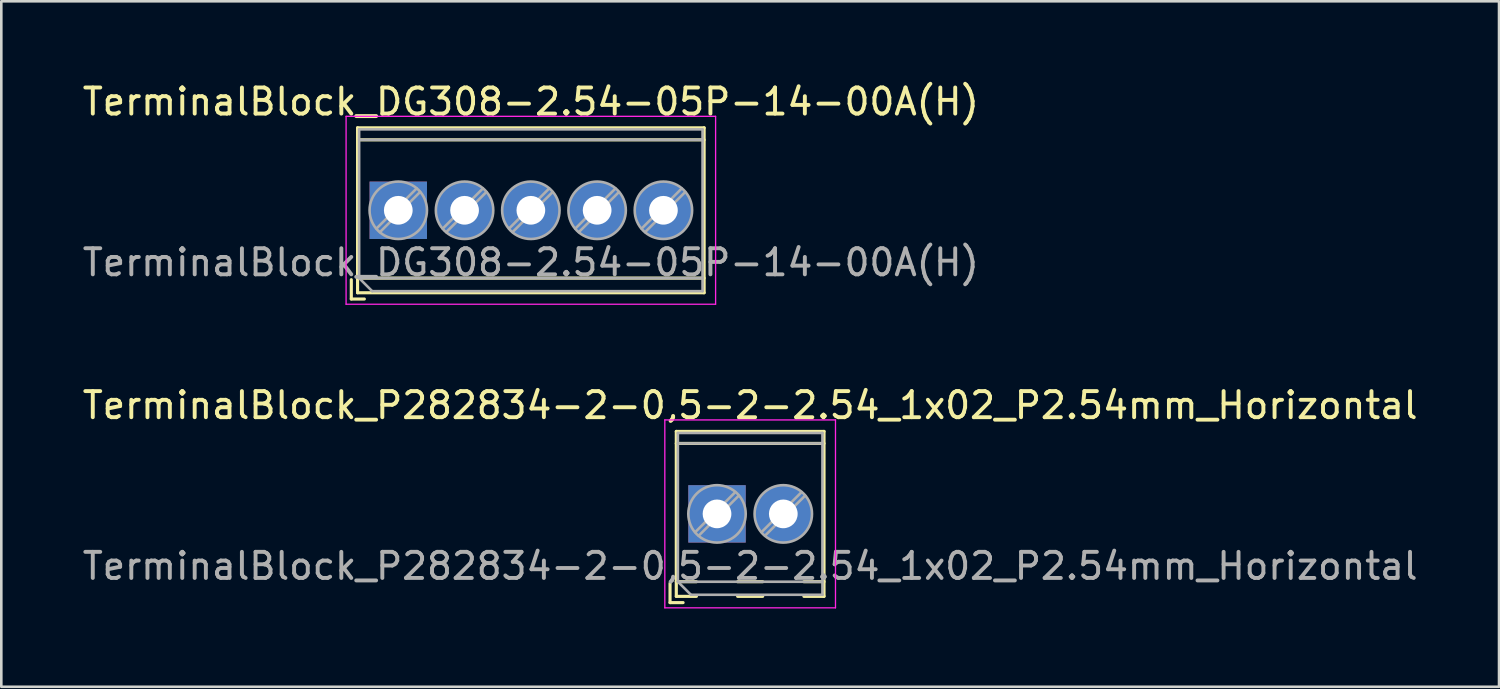
<source format=kicad_pcb>
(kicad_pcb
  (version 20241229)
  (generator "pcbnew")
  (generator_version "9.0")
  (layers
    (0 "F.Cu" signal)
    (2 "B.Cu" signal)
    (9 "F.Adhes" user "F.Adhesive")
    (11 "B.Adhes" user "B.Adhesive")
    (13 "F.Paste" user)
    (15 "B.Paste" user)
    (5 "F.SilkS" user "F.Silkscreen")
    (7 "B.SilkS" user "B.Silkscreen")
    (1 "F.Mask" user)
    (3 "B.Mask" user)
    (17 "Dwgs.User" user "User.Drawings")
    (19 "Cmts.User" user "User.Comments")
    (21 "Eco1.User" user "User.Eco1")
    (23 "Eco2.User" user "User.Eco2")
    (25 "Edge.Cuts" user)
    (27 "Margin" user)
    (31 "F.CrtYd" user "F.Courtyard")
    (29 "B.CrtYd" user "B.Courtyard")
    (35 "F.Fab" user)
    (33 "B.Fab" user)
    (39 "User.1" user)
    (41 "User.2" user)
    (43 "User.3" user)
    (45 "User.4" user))
  (footprint "TerminalBlock_P282834-2-0,5-2-2.54_1x02_P2.54mm_Horizontal"
    (layer "F.Cu")
    (at 24.426 16.642)
    (property "Reference" "TerminalBlock_P282834-2-0,5-2-2.54_1x02_P2.54mm_Horizontal" (at 1.27 -4.16 0) (layer "F.SilkS") (effects (font (size 1 1) (thickness 0.15))))
    (attr through_hole)
    (fp_line (start -1.8 2.66) (end -1.8 3.4) (stroke (width 0.12) (type solid)) (layer "F.SilkS"))
    (fp_line (start -1.8 3.4) (end -1.3 3.4) (stroke (width 0.12) (type solid)) (layer "F.SilkS"))
    (fp_line (start -1.56 -3.16) (end -1.56 3.16) (stroke (width 0.12) (type solid)) (layer "F.SilkS"))
    (fp_line (start -1.56 -3.16) (end 4.1 -3.16) (stroke (width 0.12) (type solid)) (layer "F.SilkS"))
    (fp_line (start -1.56 -2.7) (end 4.1 -2.7) (stroke (width 0.12) (type solid)) (layer "F.SilkS"))
    (fp_line (start -1.56 2.6) (end -0.79 2.6) (stroke (width 0.12) (type solid)) (layer "F.SilkS"))
    (fp_line (start -1.56 3.16) (end -0.79 3.16) (stroke (width 0.12) (type solid)) (layer "F.SilkS"))
    (fp_line (start 0.79 2.6) (end 1.75 2.6) (stroke (width 0.12) (type solid)) (layer "F.SilkS"))
    (fp_line (start 0.79 3.16) (end 1.75 3.16) (stroke (width 0.12) (type solid)) (layer "F.SilkS"))
    (fp_line (start 3.33 2.6) (end 4.1 2.6) (stroke (width 0.12) (type solid)) (layer "F.SilkS"))
    (fp_line (start 3.33 3.16) (end 4.1 3.16) (stroke (width 0.12) (type solid)) (layer "F.SilkS"))
    (fp_line (start 4.1 -3.16) (end 4.1 3.16) (stroke (width 0.12) (type solid)) (layer "F.SilkS"))
    (fp_line (start -2 -3.6) (end -2 3.6) (stroke (width 0.05) (type solid)) (layer "F.CrtYd"))
    (fp_line (start -2 3.6) (end 4.54 3.6) (stroke (width 0.05) (type solid)) (layer "F.CrtYd"))
    (fp_line (start 4.54 -3.6) (end -2 -3.6) (stroke (width 0.05) (type solid)) (layer "F.CrtYd"))
    (fp_line (start 4.54 3.6) (end 4.54 -3.6) (stroke (width 0.05) (type solid)) (layer "F.CrtYd"))
    (fp_line (start -1.5 -3.1) (end 4.04 -3.1) (stroke (width 0.1) (type solid)) (layer "F.Fab"))
    (fp_line (start -1.5 -2.7) (end 4.04 -2.7) (stroke (width 0.1) (type solid)) (layer "F.Fab"))
    (fp_line (start -1.5 2.6) (end -1.5 -3.1) (stroke (width 0.1) (type solid)) (layer "F.Fab"))
    (fp_line (start -1.5 2.6) (end 4.04 2.6) (stroke (width 0.1) (type solid)) (layer "F.Fab"))
    (fp_line (start -1 3.1) (end -1.5 2.6) (stroke (width 0.1) (type solid)) (layer "F.Fab"))
    (fp_line (start 0.701 -0.835) (end -0.835 0.7) (stroke (width 0.1) (type solid)) (layer "F.Fab"))
    (fp_line (start 0.835 -0.7) (end -0.701 0.835) (stroke (width 0.1) (type solid)) (layer "F.Fab"))
    (fp_line (start 3.241 -0.835) (end 1.706 0.7) (stroke (width 0.1) (type solid)) (layer "F.Fab"))
    (fp_line (start 3.375 -0.7) (end 1.84 0.835) (stroke (width 0.1) (type solid)) (layer "F.Fab"))
    (fp_line (start 4.04 -3.1) (end 4.04 3.1) (stroke (width 0.1) (type solid)) (layer "F.Fab"))
    (fp_line (start 4.04 3.1) (end -1 3.1) (stroke (width 0.1) (type solid)) (layer "F.Fab"))
    (fp_circle (center 0 0) (end 1.1 0) (stroke (width 0.1) (type solid)) (fill no) (layer "F.Fab"))
    (fp_circle (center 2.54 0) (end 3.64 0) (stroke (width 0.1) (type solid)) (fill no) (layer "F.Fab"))
    (fp_text user "${REFERENCE}" (at 1.27 2 0) (layer "F.Fab") (effects (font (size 1 1) (thickness 0.15))))
    (pad "1" thru_hole rect (at 0 0) (size 2.2 2.2) (drill 1.1) (layers "*.Cu" "*.Mask"))
    (pad "2" thru_hole circle (at 2.54 0) (size 2.2 2.2) (drill 1.1) (layers "*.Cu" "*.Mask")))
  (footprint "TerminalBlock_DG308-2.54-05P-14-00A(H)"
    (layer "F.Cu")
    (at 12.212 5.008)
    (property "Reference" "TerminalBlock_DG308-2.54-05P-14-00A(H)" (at 5.08 -4.16 0) (layer "F.SilkS") (effects (font (size 1 1) (thickness 0.15))))
    (attr through_hole)
    (fp_line (start -1.8 2.66) (end -1.8 3.4) (stroke (width 0.12) (type solid)) (layer "F.SilkS"))
    (fp_line (start -1.8 3.4) (end -1.3 3.4) (stroke (width 0.12) (type solid)) (layer "F.SilkS"))
    (fp_line (start -1.56 -3.16) (end -1.56 3.16) (stroke (width 0.12) (type solid)) (layer "F.SilkS"))
    (fp_line (start -1.56 -3.16) (end 11.72 -3.16) (stroke (width 0.12) (type solid)) (layer "F.SilkS"))
    (fp_line (start -1.56 -2.7) (end 11.72 -2.7) (stroke (width 0.12) (type solid)) (layer "F.SilkS"))
    (fp_line (start -1.56 2.6) (end 11.72 2.6) (stroke (width 0.12) (type solid)) (layer "F.SilkS"))
    (fp_line (start -1.56 3.16) (end 11.72 3.16) (stroke (width 0.12) (type solid)) (layer "F.SilkS"))
    (fp_line (start 11.72 -3.16) (end 11.72 3.16) (stroke (width 0.12) (type solid)) (layer "F.SilkS"))
    (fp_line (start -2 -3.6) (end -2 3.6) (stroke (width 0.05) (type solid)) (layer "F.CrtYd"))
    (fp_line (start -2 3.6) (end 12.16 3.6) (stroke (width 0.05) (type solid)) (layer "F.CrtYd"))
    (fp_line (start 12.16 -3.6) (end -2 -3.6) (stroke (width 0.05) (type solid)) (layer "F.CrtYd"))
    (fp_line (start 12.16 3.6) (end 12.16 -3.6) (stroke (width 0.05) (type solid)) (layer "F.CrtYd"))
    (fp_line (start -1.5 -3.1) (end 11.66 -3.1) (stroke (width 0.1) (type solid)) (layer "F.Fab"))
    (fp_line (start -1.5 -2.7) (end 11.66 -2.7) (stroke (width 0.1) (type solid)) (layer "F.Fab"))
    (fp_line (start -1.5 2.6) (end -1.5 -3.1) (stroke (width 0.1) (type solid)) (layer "F.Fab"))
    (fp_line (start -1.5 2.6) (end 11.66 2.6) (stroke (width 0.1) (type solid)) (layer "F.Fab"))
    (fp_line (start -1 3.1) (end -1.5 2.6) (stroke (width 0.1) (type solid)) (layer "F.Fab"))
    (fp_line (start 0.701 -0.835) (end -0.835 0.7) (stroke (width 0.1) (type solid)) (layer "F.Fab"))
    (fp_line (start 0.835 -0.7) (end -0.701 0.835) (stroke (width 0.1) (type solid)) (layer "F.Fab"))
    (fp_line (start 3.241 -0.835) (end 1.706 0.7) (stroke (width 0.1) (type solid)) (layer "F.Fab"))
    (fp_line (start 3.375 -0.7) (end 1.84 0.835) (stroke (width 0.1) (type solid)) (layer "F.Fab"))
    (fp_line (start 5.781 -0.835) (end 4.246 0.7) (stroke (width 0.1) (type solid)) (layer "F.Fab"))
    (fp_line (start 5.915 -0.7) (end 4.38 0.835) (stroke (width 0.1) (type solid)) (layer "F.Fab"))
    (fp_line (start 8.321 -0.835) (end 6.786 0.7) (stroke (width 0.1) (type solid)) (layer "F.Fab"))
    (fp_line (start 8.455 -0.7) (end 6.92 0.835) (stroke (width 0.1) (type solid)) (layer "F.Fab"))
    (fp_line (start 10.861 -0.835) (end 9.326 0.7) (stroke (width 0.1) (type solid)) (layer "F.Fab"))
    (fp_line (start 10.995 -0.7) (end 9.46 0.835) (stroke (width 0.1) (type solid)) (layer "F.Fab"))
    (fp_line (start 11.66 -3.1) (end 11.66 3.1) (stroke (width 0.1) (type solid)) (layer "F.Fab"))
    (fp_line (start 11.66 3.1) (end -1 3.1) (stroke (width 0.1) (type solid)) (layer "F.Fab"))
    (fp_circle (center 0 0) (end 1.1 0) (stroke (width 0.1) (type solid)) (fill no) (layer "F.Fab"))
    (fp_circle (center 2.54 0) (end 3.64 0) (stroke (width 0.1) (type solid)) (fill no) (layer "F.Fab"))
    (fp_circle (center 5.08 0) (end 6.18 0) (stroke (width 0.1) (type solid)) (fill no) (layer "F.Fab"))
    (fp_circle (center 7.62 0) (end 8.72 0) (stroke (width 0.1) (type solid)) (fill no) (layer "F.Fab"))
    (fp_circle (center 10.16 0) (end 11.26 0) (stroke (width 0.1) (type solid)) (fill no) (layer "F.Fab"))
    (fp_text user "${REFERENCE}" (at 5.08 2 0) (layer "F.Fab") (effects (font (size 1 1) (thickness 0.15))))
    (pad "1" thru_hole rect (at 0 0) (size 2.2 2.2) (drill 1.1) (layers "*.Cu" "*.Mask"))
    (pad "2" thru_hole circle (at 2.54 0) (size 2.2 2.2) (drill 1.1) (layers "*.Cu" "*.Mask"))
    (pad "3" thru_hole circle (at 5.08 0) (size 2.2 2.2) (drill 1.1) (layers "*.Cu" "*.Mask"))
    (pad "4" thru_hole circle (at 7.62 0) (size 2.2 2.2) (drill 1.1) (layers "*.Cu" "*.Mask"))
    (pad "5" thru_hole circle (at 10.16 0) (size 2.2 2.2) (drill 1.1) (layers "*.Cu" "*.Mask")))
  (gr_rect
    (start -3 -3)
    (end 54.393 23.267)
    (stroke (width 0.1) (type default))
    (fill no)
    (layer "Edge.Cuts")))
</source>
